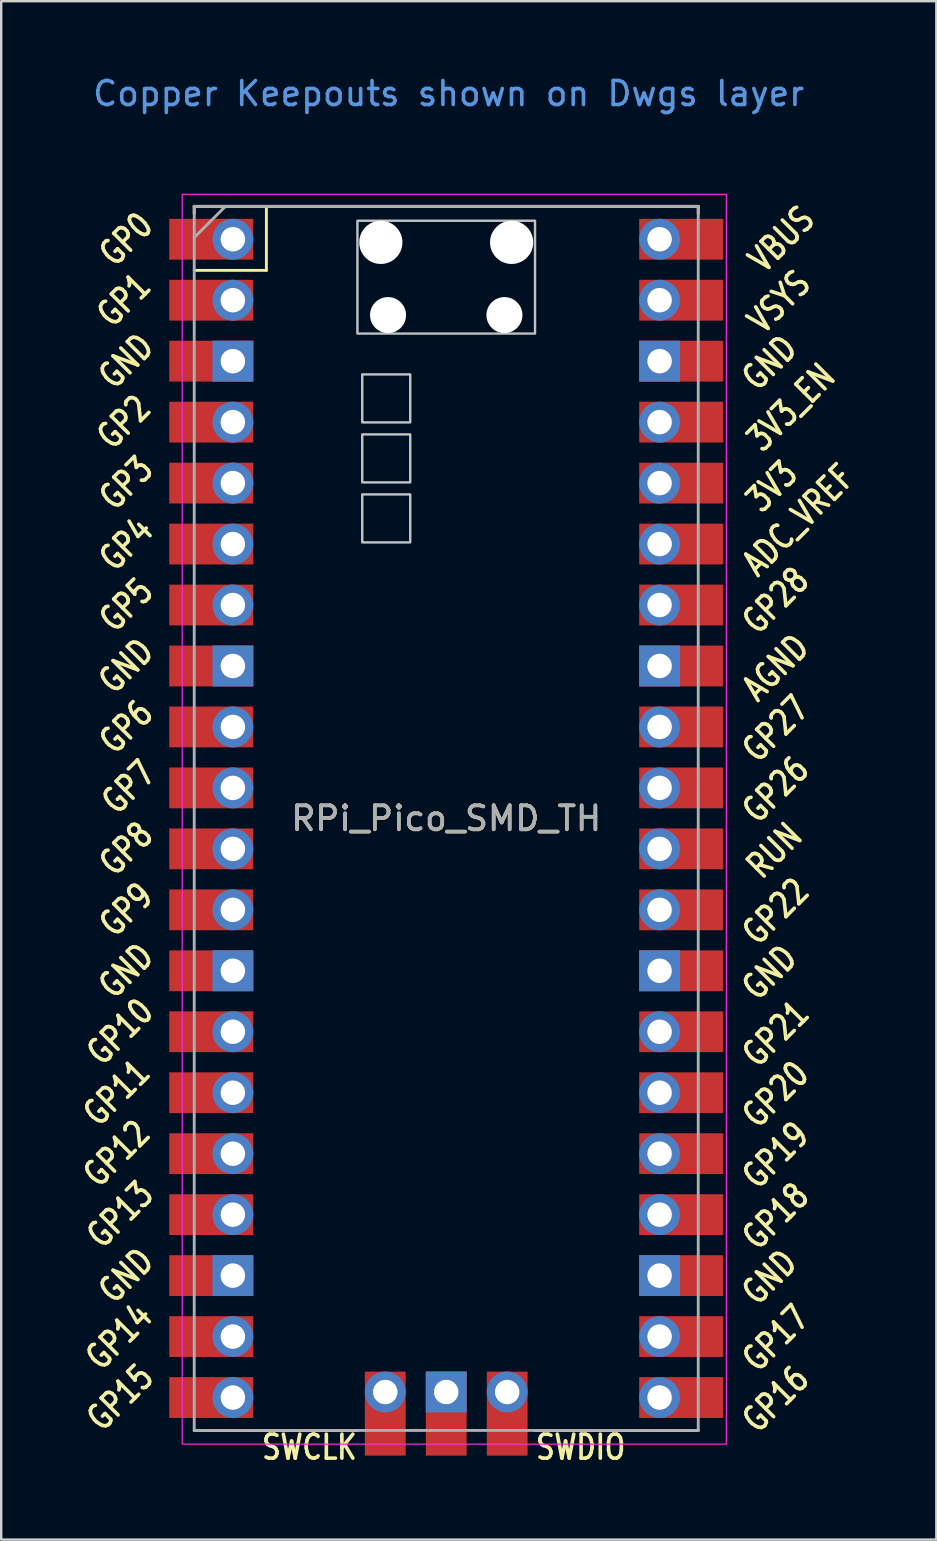
<source format=kicad_pcb>
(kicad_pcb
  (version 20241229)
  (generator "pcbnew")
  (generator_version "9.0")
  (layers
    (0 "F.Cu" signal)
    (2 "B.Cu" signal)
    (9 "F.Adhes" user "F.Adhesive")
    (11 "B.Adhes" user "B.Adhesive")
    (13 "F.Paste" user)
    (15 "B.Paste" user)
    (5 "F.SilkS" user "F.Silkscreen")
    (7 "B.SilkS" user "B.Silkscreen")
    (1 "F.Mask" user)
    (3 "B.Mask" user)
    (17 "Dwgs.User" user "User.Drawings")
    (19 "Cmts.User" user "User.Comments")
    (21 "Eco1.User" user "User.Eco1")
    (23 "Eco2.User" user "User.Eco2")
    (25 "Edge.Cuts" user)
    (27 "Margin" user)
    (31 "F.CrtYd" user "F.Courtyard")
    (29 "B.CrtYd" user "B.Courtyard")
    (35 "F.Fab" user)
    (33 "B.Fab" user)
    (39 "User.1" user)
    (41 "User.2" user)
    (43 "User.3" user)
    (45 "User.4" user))
  (footprint "RPi_Pico_SMD_TH"
    (layer "F.Cu")
    (at 15.542 31.048)
    (property "Reference" "RPi_Pico_SMD_TH" (at 0 0 0) (layer "F.SilkS") (effects (font (size 1 1) (thickness 0.15))))
    (attr through_hole)
    (fp_line (start -10.5 -25.5) (end -10.5 -25.2) (stroke (width 0.12) (type solid)) (layer "F.SilkS"))
    (fp_line (start -10.5 -25.5) (end 10.5 -25.5) (stroke (width 0.12) (type solid)) (layer "F.SilkS"))
    (fp_line (start -10.5 -22.833) (end -7.493 -22.833) (stroke (width 0.12) (type solid)) (layer "F.SilkS"))
    (fp_line (start -7.493 -22.833) (end -7.493 -25.5) (stroke (width 0.12) (type solid)) (layer "F.SilkS"))
    (fp_line (start -3.7 25.5) (end -10.5 25.5) (stroke (width 0.12) (type solid)) (layer "F.SilkS"))
    (fp_line (start 10.5 -25.5) (end 10.5 -25.2) (stroke (width 0.12) (type solid)) (layer "F.SilkS"))
    (fp_line (start 10.5 25.5) (end 3.7 25.5) (stroke (width 0.12) (type solid)) (layer "F.SilkS"))
    (fp_poly (pts (xy -1.5 -16.5) (xy -3.5 -16.5) (xy -3.5 -18.5) (xy -1.5 -18.5)) (stroke (width 0.1) (type solid)) (fill no) (layer "Dwgs.User"))
    (fp_poly (pts (xy -1.5 -14) (xy -3.5 -14) (xy -3.5 -16) (xy -1.5 -16)) (stroke (width 0.1) (type solid)) (fill no) (layer "Dwgs.User"))
    (fp_poly (pts (xy -1.5 -11.5) (xy -3.5 -11.5) (xy -3.5 -13.5) (xy -1.5 -13.5)) (stroke (width 0.1) (type solid)) (fill no) (layer "Dwgs.User"))
    (fp_poly (pts (xy 3.7 -20.2) (xy -3.7 -20.2) (xy -3.7 -24.9) (xy 3.7 -24.9)) (stroke (width 0.1) (type solid)) (fill no) (layer "Dwgs.User"))
    (fp_rect (start -11 -26) (end 11.67 26.07) (stroke (width 0.05) (type default)) (fill no) (layer "F.CrtYd"))
    (fp_line (start -10.5 -25.5) (end 10.5 -25.5) (stroke (width 0.12) (type solid)) (layer "F.Fab"))
    (fp_line (start -10.5 -24.2) (end -9.2 -25.5) (stroke (width 0.12) (type solid)) (layer "F.Fab"))
    (fp_line (start -10.5 25.5) (end -10.5 -25.5) (stroke (width 0.12) (type solid)) (layer "F.Fab"))
    (fp_line (start 10.5 -25.5) (end 10.5 25.5) (stroke (width 0.12) (type solid)) (layer "F.Fab"))
    (fp_line (start 10.5 25.5) (end -10.5 25.5) (stroke (width 0.12) (type solid)) (layer "F.Fab"))
    (fp_text user "VSYS" (at 13.87 -21.52 45) (layer "F.SilkS") (effects (font (size 1 0.8) (thickness 0.15))))
    (fp_text user "GP5" (at -13.335 -8.89 45) (layer "F.SilkS") (effects (font (size 1 0.8) (thickness 0.15))))
    (fp_text user "SWCLK" (at -5.7 26.2 0) (layer "F.SilkS") (effects (font (size 1 0.8) (thickness 0.15))))
    (fp_text user "GP6" (at -13.335 -3.81 45) (layer "F.SilkS") (effects (font (size 1 0.8) (thickness 0.15))))
    (fp_text user "GP18" (at 13.724 16.58 45) (layer "F.SilkS") (effects (font (size 1 0.8) (thickness 0.15))))
    (fp_text user "GP20" (at 13.724 11.5 45) (layer "F.SilkS") (effects (font (size 1 0.8) (thickness 0.15))))
    (fp_text user "AGND" (at 13.724 -6.28 45) (layer "F.SilkS") (effects (font (size 1 0.8) (thickness 0.15))))
    (fp_text user "GP13" (at -13.589 16.51 45) (layer "F.SilkS") (effects (font (size 1 0.8) (thickness 0.15))))
    (fp_text user "RUN" (at 13.67 1.34 45) (layer "F.SilkS") (effects (font (size 1 0.8) (thickness 0.15))))
    (fp_text user "GP4" (at -13.335 -11.43 45) (layer "F.SilkS") (effects (font (size 1 0.8) (thickness 0.15))))
    (fp_text user "GP26" (at 13.724 -1.2 45) (layer "F.SilkS") (effects (font (size 1 0.8) (thickness 0.15))))
    (fp_text user "GP19" (at 13.724 14.04 45) (layer "F.SilkS") (effects (font (size 1 0.8) (thickness 0.15))))
    (fp_text user "GP22" (at 13.724 3.88 45) (layer "F.SilkS") (effects (font (size 1 0.8) (thickness 0.15))))
    (fp_text user "GP8" (at -13.335 1.27 45) (layer "F.SilkS") (effects (font (size 1 0.8) (thickness 0.15))))
    (fp_text user "GP7" (at -13.235 -1.3 45) (layer "F.SilkS") (effects (font (size 1 0.8) (thickness 0.15))))
    (fp_text user "3V3" (at 13.57 -13.83 45) (layer "F.SilkS") (effects (font (size 1 0.8) (thickness 0.15))))
    (fp_text user "GP17" (at 13.724 21.66 45) (layer "F.SilkS") (effects (font (size 1 0.8) (thickness 0.15))))
    (fp_text user "GP2" (at -13.435 -16.51 45) (layer "F.SilkS") (effects (font (size 1 0.8) (thickness 0.15))))
    (fp_text user "GP12" (at -13.735 13.97 45) (layer "F.SilkS") (effects (font (size 1 0.8) (thickness 0.15))))
    (fp_text user "GP0" (at -13.335 -24.13 45) (layer "F.SilkS") (effects (font (size 1 0.8) (thickness 0.15))))
    (fp_text user "GND" (at -13.335 6.35 45) (layer "F.SilkS") (effects (font (size 1 0.8) (thickness 0.15))))
    (fp_text user "GND" (at 13.47 -18.98 45) (layer "F.SilkS") (effects (font (size 1 0.8) (thickness 0.15))))
    (fp_text user "GND" (at -13.335 -6.35 45) (layer "F.SilkS") (effects (font (size 1 0.8) (thickness 0.15))))
    (fp_text user "GND" (at 13.47 19.12 45) (layer "F.SilkS") (effects (font (size 1 0.8) (thickness 0.15))))
    (fp_text user "GP14" (at -13.635 21.59 45) (layer "F.SilkS") (effects (font (size 1 0.8) (thickness 0.15))))
    (fp_text user "GP9" (at -13.335 3.81 45) (layer "F.SilkS") (effects (font (size 1 0.8) (thickness 0.15))))
    (fp_text user "GP1" (at -13.435 -21.6 45) (layer "F.SilkS") (effects (font (size 1 0.8) (thickness 0.15))))
    (fp_text user "GP27" (at 13.724 -3.73 45) (layer "F.SilkS") (effects (font (size 1 0.8) (thickness 0.15))))
    (fp_text user "VBUS" (at 13.97 -24.13 45) (layer "F.SilkS") (effects (font (size 1 0.8) (thickness 0.15))))
    (fp_text user "GND" (at 13.47 6.42 45) (layer "F.SilkS") (effects (font (size 1 0.8) (thickness 0.15))))
    (fp_text user "GP15" (at -13.589 24.13 45) (layer "F.SilkS") (effects (font (size 1 0.8) (thickness 0.15))))
    (fp_text user "GP11" (at -13.735 11.43 45) (layer "F.SilkS") (effects (font (size 1 0.8) (thickness 0.15))))
    (fp_text user "GP21" (at 13.724 8.97 45) (layer "F.SilkS") (effects (font (size 1 0.8) (thickness 0.15))))
    (fp_text user "GP10" (at -13.589 8.89 45) (layer "F.SilkS") (effects (font (size 1 0.8) (thickness 0.15))))
    (fp_text user "3V3_EN" (at 14.37 -17.13 45) (layer "F.SilkS") (effects (font (size 1 0.8) (thickness 0.15))))
    (fp_text user "GP28" (at 13.724 -9.074 45) (layer "F.SilkS") (effects (font (size 1 0.8) (thickness 0.15))))
    (fp_text user "GP3" (at -13.335 -13.97 45) (layer "F.SilkS") (effects (font (size 1 0.8) (thickness 0.15))))
    (fp_text user "SWDIO" (at 5.6 26.2 0) (layer "F.SilkS") (effects (font (size 1 0.8) (thickness 0.15))))
    (fp_text user "ADC_VREF" (at 14.67 -12.43 45) (layer "F.SilkS") (effects (font (size 1 0.8) (thickness 0.15))))
    (fp_text user "GND" (at -13.335 -19.05 45) (layer "F.SilkS") (effects (font (size 1 0.8) (thickness 0.15))))
    (fp_text user "GND" (at -13.335 19.05 45) (layer "F.SilkS") (effects (font (size 1 0.8) (thickness 0.15))))
    (fp_text user "GP16" (at 13.724 24.2 45) (layer "F.SilkS") (effects (font (size 1 0.8) (thickness 0.15))))
    (fp_text user "Copper Keepouts shown on Dwgs layer" (at 0.1 -30.2 0) (layer "Cmts.User") (effects (font (size 1 1) (thickness 0.15))))
    (fp_text user "${REFERENCE}" (at 0 0 180) (layer "F.Fab") (effects (font (size 1 1) (thickness 0.15))))
    (pad "" np_thru_hole oval (at -2.725 -24) (size 1.8 1.8) (drill 1.8) (layers "*.Cu" "*.Mask"))
    (pad "" np_thru_hole oval (at -2.425 -20.97) (size 1.5 1.5) (drill 1.5) (layers "*.Cu" "*.Mask"))
    (pad "" np_thru_hole oval (at 2.425 -20.97) (size 1.5 1.5) (drill 1.5) (layers "*.Cu" "*.Mask"))
    (pad "" np_thru_hole oval (at 2.725 -24) (size 1.8 1.8) (drill 1.8) (layers "*.Cu" "*.Mask"))
    (pad "1" thru_hole oval (at -8.89 -24.13) (size 1.7 1.7) (drill 1.02) (layers "*.Cu" "*.Mask"))
    (pad "1" smd rect (at -8.89 -24.13) (size 3.5 1.7) (drill (offset -0.9 0)) (layers "F.Cu" "F.Mask"))
    (pad "2" thru_hole oval (at -8.89 -21.59) (size 1.7 1.7) (drill 1.02) (layers "*.Cu" "*.Mask"))
    (pad "2" smd rect (at -8.89 -21.59) (size 3.5 1.7) (drill (offset -0.9 0)) (layers "F.Cu" "F.Mask"))
    (pad "3" thru_hole rect (at -8.89 -19.05) (size 1.7 1.7) (drill 1.02) (layers "*.Cu" "*.Mask"))
    (pad "3" smd rect (at -8.89 -19.05) (size 3.5 1.7) (drill (offset -0.9 0)) (layers "F.Cu" "F.Mask"))
    (pad "4" thru_hole oval (at -8.89 -16.51) (size 1.7 1.7) (drill 1.02) (layers "*.Cu" "*.Mask"))
    (pad "4" smd rect (at -8.89 -16.51) (size 3.5 1.7) (drill (offset -0.9 0)) (layers "F.Cu" "F.Mask"))
    (pad "5" thru_hole oval (at -8.89 -13.97) (size 1.7 1.7) (drill 1.02) (layers "*.Cu" "*.Mask"))
    (pad "5" smd rect (at -8.89 -13.97) (size 3.5 1.7) (drill (offset -0.9 0)) (layers "F.Cu" "F.Mask"))
    (pad "6" thru_hole oval (at -8.89 -11.43) (size 1.7 1.7) (drill 1.02) (layers "*.Cu" "*.Mask"))
    (pad "6" smd rect (at -8.89 -11.43) (size 3.5 1.7) (drill (offset -0.9 0)) (layers "F.Cu" "F.Mask"))
    (pad "7" thru_hole oval (at -8.89 -8.89) (size 1.7 1.7) (drill 1.02) (layers "*.Cu" "*.Mask"))
    (pad "7" smd rect (at -8.89 -8.89) (size 3.5 1.7) (drill (offset -0.9 0)) (layers "F.Cu" "F.Mask"))
    (pad "8" thru_hole rect (at -8.89 -6.35) (size 1.7 1.7) (drill 1.02) (layers "*.Cu" "*.Mask"))
    (pad "8" smd rect (at -8.89 -6.35) (size 3.5 1.7) (drill (offset -0.9 0)) (layers "F.Cu" "F.Mask"))
    (pad "9" thru_hole oval (at -8.89 -3.81) (size 1.7 1.7) (drill 1.02) (layers "*.Cu" "*.Mask"))
    (pad "9" smd rect (at -8.89 -3.81) (size 3.5 1.7) (drill (offset -0.9 0)) (layers "F.Cu" "F.Mask"))
    (pad "10" thru_hole oval (at -8.89 -1.27) (size 1.7 1.7) (drill 1.02) (layers "*.Cu" "*.Mask"))
    (pad "10" smd rect (at -8.89 -1.27) (size 3.5 1.7) (drill (offset -0.9 0)) (layers "F.Cu" "F.Mask"))
    (pad "11" thru_hole oval (at -8.89 1.27) (size 1.7 1.7) (drill 1.02) (layers "*.Cu" "*.Mask"))
    (pad "11" smd rect (at -8.89 1.27) (size 3.5 1.7) (drill (offset -0.9 0)) (layers "F.Cu" "F.Mask"))
    (pad "12" thru_hole oval (at -8.89 3.81) (size 1.7 1.7) (drill 1.02) (layers "*.Cu" "*.Mask"))
    (pad "12" smd rect (at -8.89 3.81) (size 3.5 1.7) (drill (offset -0.9 0)) (layers "F.Cu" "F.Mask"))
    (pad "13" thru_hole rect (at -8.89 6.35) (size 1.7 1.7) (drill 1.02) (layers "*.Cu" "*.Mask"))
    (pad "13" smd rect (at -8.89 6.35) (size 3.5 1.7) (drill (offset -0.9 0)) (layers "F.Cu" "F.Mask"))
    (pad "14" thru_hole oval (at -8.89 8.89) (size 1.7 1.7) (drill 1.02) (layers "*.Cu" "*.Mask"))
    (pad "14" smd rect (at -8.89 8.89) (size 3.5 1.7) (drill (offset -0.9 0)) (layers "F.Cu" "F.Mask"))
    (pad "15" thru_hole oval (at -8.89 11.43) (size 1.7 1.7) (drill 1.02) (layers "*.Cu" "*.Mask"))
    (pad "15" smd rect (at -8.89 11.43) (size 3.5 1.7) (drill (offset -0.9 0)) (layers "F.Cu" "F.Mask"))
    (pad "16" thru_hole oval (at -8.89 13.97) (size 1.7 1.7) (drill 1.02) (layers "*.Cu" "*.Mask"))
    (pad "16" smd rect (at -8.89 13.97) (size 3.5 1.7) (drill (offset -0.9 0)) (layers "F.Cu" "F.Mask"))
    (pad "17" thru_hole oval (at -8.89 16.51) (size 1.7 1.7) (drill 1.02) (layers "*.Cu" "*.Mask"))
    (pad "17" smd rect (at -8.89 16.51) (size 3.5 1.7) (drill (offset -0.9 0)) (layers "F.Cu" "F.Mask"))
    (pad "18" thru_hole rect (at -8.89 19.05) (size 1.7 1.7) (drill 1.02) (layers "*.Cu" "*.Mask"))
    (pad "18" smd rect (at -8.89 19.05) (size 3.5 1.7) (drill (offset -0.9 0)) (layers "F.Cu" "F.Mask"))
    (pad "19" thru_hole oval (at -8.89 21.59) (size 1.7 1.7) (drill 1.02) (layers "*.Cu" "*.Mask"))
    (pad "19" smd rect (at -8.89 21.59) (size 3.5 1.7) (drill (offset -0.9 0)) (layers "F.Cu" "F.Mask"))
    (pad "20" thru_hole oval (at -8.89 24.13) (size 1.7 1.7) (drill 1.02) (layers "*.Cu" "*.Mask"))
    (pad "20" smd rect (at -8.89 24.13) (size 3.5 1.7) (drill (offset -0.9 0)) (layers "F.Cu" "F.Mask"))
    (pad "21" thru_hole oval (at 8.89 24.13) (size 1.7 1.7) (drill 1.02) (layers "*.Cu" "*.Mask"))
    (pad "21" smd rect (at 8.89 24.13) (size 3.5 1.7) (drill (offset 0.9 0)) (layers "F.Cu" "F.Mask"))
    (pad "22" thru_hole oval (at 8.89 21.59) (size 1.7 1.7) (drill 1.02) (layers "*.Cu" "*.Mask"))
    (pad "22" smd rect (at 8.89 21.59) (size 3.5 1.7) (drill (offset 0.9 0)) (layers "F.Cu" "F.Mask"))
    (pad "23" thru_hole rect (at 8.89 19.05) (size 1.7 1.7) (drill 1.02) (layers "*.Cu" "*.Mask"))
    (pad "23" smd rect (at 8.89 19.05) (size 3.5 1.7) (drill (offset 0.9 0)) (layers "F.Cu" "F.Mask"))
    (pad "24" thru_hole oval (at 8.89 16.51) (size 1.7 1.7) (drill 1.02) (layers "*.Cu" "*.Mask"))
    (pad "24" smd rect (at 8.89 16.51) (size 3.5 1.7) (drill (offset 0.9 0)) (layers "F.Cu" "F.Mask"))
    (pad "25" thru_hole oval (at 8.89 13.97) (size 1.7 1.7) (drill 1.02) (layers "*.Cu" "*.Mask"))
    (pad "25" smd rect (at 8.89 13.97) (size 3.5 1.7) (drill (offset 0.9 0)) (layers "F.Cu" "F.Mask"))
    (pad "26" thru_hole oval (at 8.89 11.43) (size 1.7 1.7) (drill 1.02) (layers "*.Cu" "*.Mask"))
    (pad "26" smd rect (at 8.89 11.43) (size 3.5 1.7) (drill (offset 0.9 0)) (layers "F.Cu" "F.Mask"))
    (pad "27" thru_hole oval (at 8.89 8.89) (size 1.7 1.7) (drill 1.02) (layers "*.Cu" "*.Mask"))
    (pad "27" smd rect (at 8.89 8.89) (size 3.5 1.7) (drill (offset 0.9 0)) (layers "F.Cu" "F.Mask"))
    (pad "28" thru_hole rect (at 8.89 6.35) (size 1.7 1.7) (drill 1.02) (layers "*.Cu" "*.Mask"))
    (pad "28" smd rect (at 8.89 6.35) (size 3.5 1.7) (drill (offset 0.9 0)) (layers "F.Cu" "F.Mask"))
    (pad "29" thru_hole oval (at 8.89 3.81) (size 1.7 1.7) (drill 1.02) (layers "*.Cu" "*.Mask"))
    (pad "29" smd rect (at 8.89 3.81) (size 3.5 1.7) (drill (offset 0.9 0)) (layers "F.Cu" "F.Mask"))
    (pad "30" thru_hole oval (at 8.89 1.27) (size 1.7 1.7) (drill 1.02) (layers "*.Cu" "*.Mask"))
    (pad "30" smd rect (at 8.89 1.27) (size 3.5 1.7) (drill (offset 0.9 0)) (layers "F.Cu" "F.Mask"))
    (pad "31" thru_hole oval (at 8.89 -1.27) (size 1.7 1.7) (drill 1.02) (layers "*.Cu" "*.Mask"))
    (pad "31" smd rect (at 8.89 -1.27) (size 3.5 1.7) (drill (offset 0.9 0)) (layers "F.Cu" "F.Mask"))
    (pad "32" thru_hole oval (at 8.89 -3.81) (size 1.7 1.7) (drill 1.02) (layers "*.Cu" "*.Mask"))
    (pad "32" smd rect (at 8.89 -3.81) (size 3.5 1.7) (drill (offset 0.9 0)) (layers "F.Cu" "F.Mask"))
    (pad "33" thru_hole rect (at 8.89 -6.35) (size 1.7 1.7) (drill 1.02) (layers "*.Cu" "*.Mask"))
    (pad "33" smd rect (at 8.89 -6.35) (size 3.5 1.7) (drill (offset 0.9 0)) (layers "F.Cu" "F.Mask"))
    (pad "34" thru_hole oval (at 8.89 -8.89) (size 1.7 1.7) (drill 1.02) (layers "*.Cu" "*.Mask"))
    (pad "34" smd rect (at 8.89 -8.89) (size 3.5 1.7) (drill (offset 0.9 0)) (layers "F.Cu" "F.Mask"))
    (pad "35" thru_hole oval (at 8.89 -11.43) (size 1.7 1.7) (drill 1.02) (layers "*.Cu" "*.Mask"))
    (pad "35" smd rect (at 8.89 -11.43) (size 3.5 1.7) (drill (offset 0.9 0)) (layers "F.Cu" "F.Mask"))
    (pad "36" thru_hole oval (at 8.89 -13.97) (size 1.7 1.7) (drill 1.02) (layers "*.Cu" "*.Mask"))
    (pad "36" smd rect (at 8.89 -13.97) (size 3.5 1.7) (drill (offset 0.9 0)) (layers "F.Cu" "F.Mask"))
    (pad "37" thru_hole oval (at 8.89 -16.51) (size 1.7 1.7) (drill 1.02) (layers "*.Cu" "*.Mask"))
    (pad "37" smd rect (at 8.89 -16.51) (size 3.5 1.7) (drill (offset 0.9 0)) (layers "F.Cu" "F.Mask"))
    (pad "38" thru_hole rect (at 8.89 -19.05) (size 1.7 1.7) (drill 1.02) (layers "*.Cu" "*.Mask"))
    (pad "38" smd rect (at 8.89 -19.05) (size 3.5 1.7) (drill (offset 0.9 0)) (layers "F.Cu" "F.Mask"))
    (pad "39" thru_hole oval (at 8.89 -21.59) (size 1.7 1.7) (drill 1.02) (layers "*.Cu" "*.Mask"))
    (pad "39" smd rect (at 8.89 -21.59) (size 3.5 1.7) (drill (offset 0.9 0)) (layers "F.Cu" "F.Mask"))
    (pad "40" thru_hole oval (at 8.89 -24.13) (size 1.7 1.7) (drill 1.02) (layers "*.Cu" "*.Mask"))
    (pad "40" smd rect (at 8.89 -24.13) (size 3.5 1.7) (drill (offset 0.9 0)) (layers "F.Cu" "F.Mask"))
    (pad "41" thru_hole oval (at -2.54 23.9) (size 1.7 1.7) (drill 1.02) (layers "*.Cu" "*.Mask"))
    (pad "41" smd rect (at -2.54 23.9 90) (size 3.5 1.7) (drill (offset -0.9 0)) (layers "F.Cu" "F.Mask"))
    (pad "42" thru_hole rect (at 0 23.9) (size 1.7 1.7) (drill 1.02) (layers "*.Cu" "*.Mask"))
    (pad "42" smd rect (at 0 23.9 90) (size 3.5 1.7) (drill (offset -0.9 0)) (layers "F.Cu" "F.Mask"))
    (pad "43" thru_hole oval (at 2.54 23.9) (size 1.7 1.7) (drill 1.02) (layers "*.Cu" "*.Mask"))
    (pad "43" smd rect (at 2.54 23.9 90) (size 3.5 1.7) (drill (offset -0.9 0)) (layers "F.Cu" "F.Mask")))
  (gr_rect
    (start -3 -3)
    (end 35.961 61.097)
    (stroke (width 0.1) (type default))
    (fill no)
    (layer "Edge.Cuts")))
</source>
